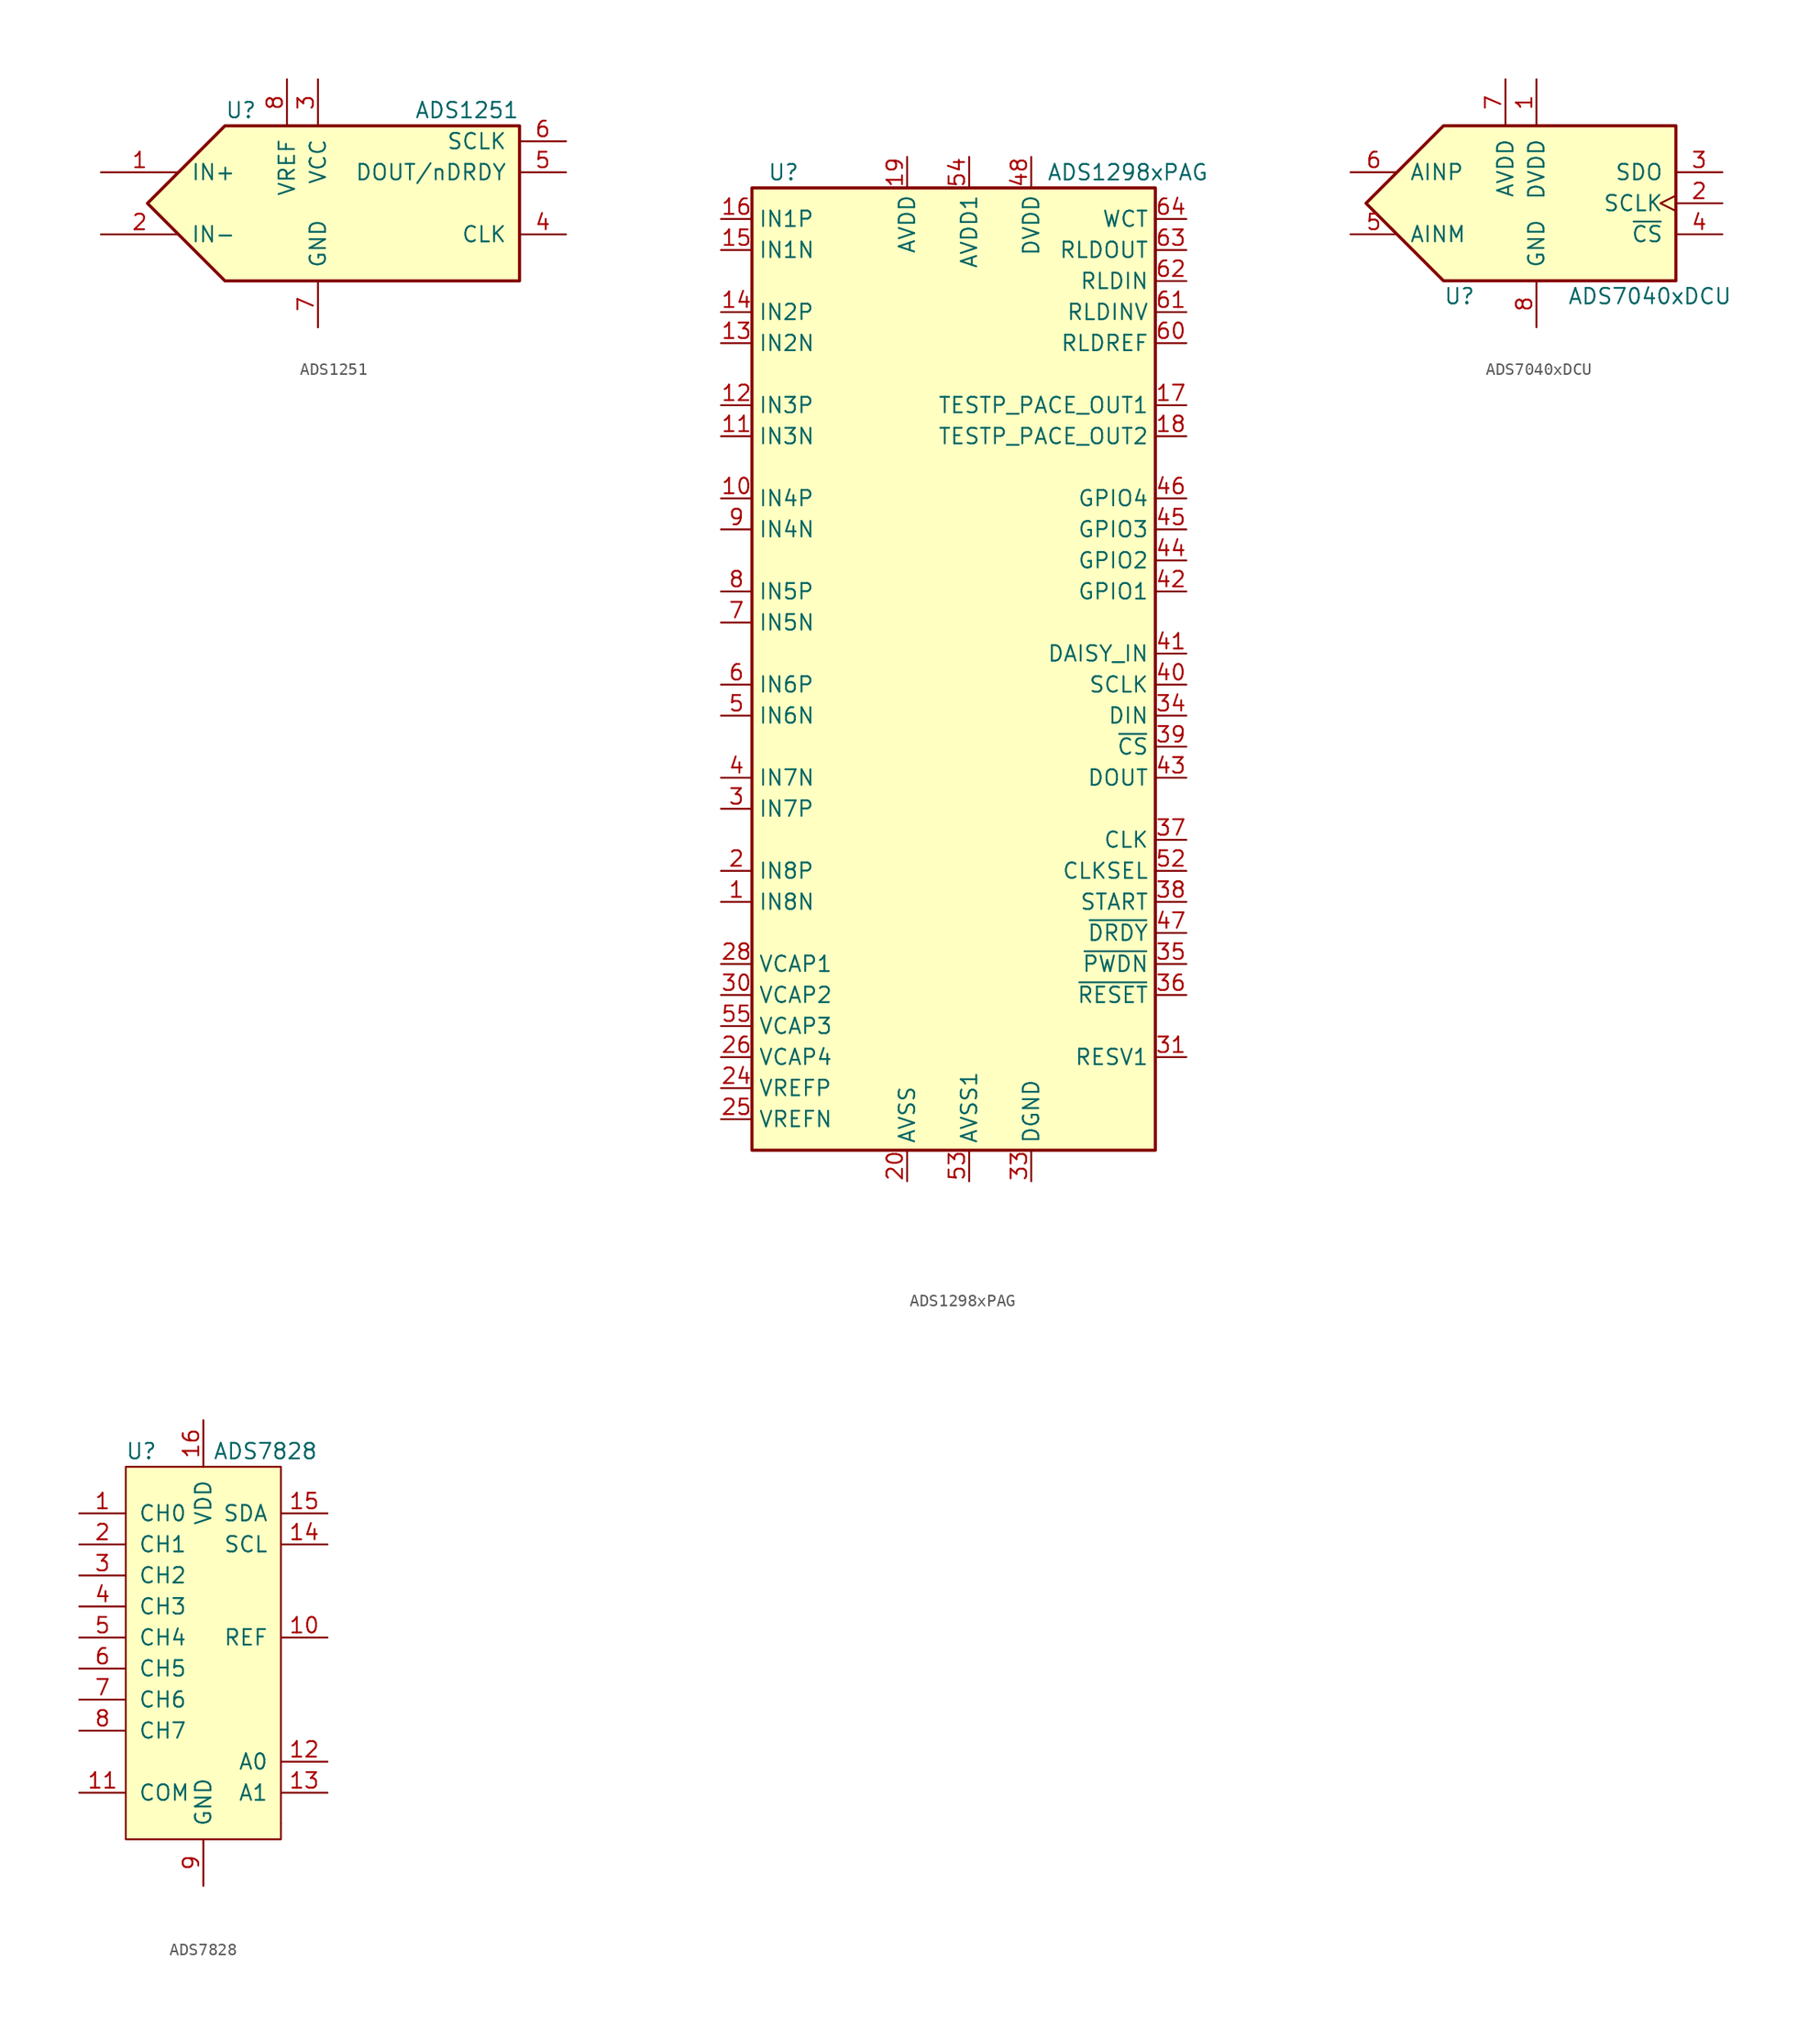
<source format=kicad_sym>
(kicad_symbol_lib
  (version 20201005)
  (generator kicad_symbol_editor)
  (symbol "ADS1251"
    (pin_names
      (offset 1.016))
    (property "Reference" "U"
      (at -10.16 7.62 0)
      (effects (font (size 1.27 1.27)) (justify left)))
    (property "Value" "ADS1251"
      (at 13.97 7.62 0)
      (effects (font (size 1.27 1.27)) (justify right)))
    (symbol "ADS1251_0_1"
      (polyline (pts (xy 13.97 6.35) (xy -10.16 6.35) (xy -16.51 0) (xy -10.16 -6.35) (xy 11.43 -6.35) (xy 13.97 -6.35) (xy 13.97 6.35)) (stroke (width 0.254)) (fill (type background))))
    (symbol "ADS1251_1_1"
      (pin input line (at -20.32 2.54 0) (length 6.35) (name "IN+" (effects (font (size 1.27 1.27)))) (number "1" (effects (font (size 1.27 1.27)))))
      (pin input line (at -20.32 -2.54 0) (length 6.35) (name "IN-" (effects (font (size 1.27 1.27)))) (number "2" (effects (font (size 1.27 1.27)))))
      (pin power_in line (at -2.54 10.16 270) (length 3.81) (name "VCC" (effects (font (size 1.27 1.27)))) (number "3" (effects (font (size 1.27 1.27)))))
      (pin input line (at 17.78 -2.54 180) (length 3.81) (name "CLK" (effects (font (size 1.27 1.27)))) (number "4" (effects (font (size 1.27 1.27)))))
      (pin output line (at 17.78 2.54 180) (length 3.81) (name "DOUT/nDRDY" (effects (font (size 1.27 1.27)))) (number "5" (effects (font (size 1.27 1.27)))))
      (pin input line (at 17.78 5.08 180) (length 3.81) (name "SCLK" (effects (font (size 1.27 1.27)))) (number "6" (effects (font (size 1.27 1.27)))))
      (pin power_in line (at -2.54 -10.16 90) (length 3.81) (name "GND" (effects (font (size 1.27 1.27)))) (number "7" (effects (font (size 1.27 1.27)))))
      (pin input line (at -5.08 10.16 270) (length 3.81) (name "VREF" (effects (font (size 1.27 1.27)))) (number "8" (effects (font (size 1.27 1.27)))))))
  (symbol "ADS1298xPAG"
    (property "Reference" "U"
      (at -16.51 44.45 0)
      (effects (font (size 1.27 1.27)) (justify left)))
    (property "Value" "ADS1298xPAG"
      (at 6.35 44.45 0)
      (effects (font (size 1.27 1.27)) (justify left)))
    (symbol "ADS1298xPAG_0_1"
      (rectangle (start -17.78 43.18) (end 15.24 -35.56) (stroke (width 0.254)) (fill (type background))))
    (symbol "ADS1298xPAG_1_1"
      (pin input line (at -20.32 -15.24 0) (length 2.54) (name "IN8N" (effects (font (size 1.27 1.27)))) (number "1" (effects (font (size 1.27 1.27)))))
      (pin input line (at -20.32 17.78 0) (length 2.54) (name "IN4P" (effects (font (size 1.27 1.27)))) (number "10" (effects (font (size 1.27 1.27)))))
      (pin input line (at -20.32 22.86 0) (length 2.54) (name "IN3N" (effects (font (size 1.27 1.27)))) (number "11" (effects (font (size 1.27 1.27)))))
      (pin input line (at -20.32 25.4 0) (length 2.54) (name "IN3P" (effects (font (size 1.27 1.27)))) (number "12" (effects (font (size 1.27 1.27)))))
      (pin input line (at -20.32 30.48 0) (length 2.54) (name "IN2N" (effects (font (size 1.27 1.27)))) (number "13" (effects (font (size 1.27 1.27)))))
      (pin input line (at -20.32 33.02 0) (length 2.54) (name "IN2P" (effects (font (size 1.27 1.27)))) (number "14" (effects (font (size 1.27 1.27)))))
      (pin input line (at -20.32 38.1 0) (length 2.54) (name "IN1N" (effects (font (size 1.27 1.27)))) (number "15" (effects (font (size 1.27 1.27)))))
      (pin input line (at -20.32 40.64 0) (length 2.54) (name "IN1P" (effects (font (size 1.27 1.27)))) (number "16" (effects (font (size 1.27 1.27)))))
      (pin bidirectional line (at 17.78 25.4 180) (length 2.54) (name "TESTP_PACE_OUT1" (effects (font (size 1.27 1.27)))) (number "17" (effects (font (size 1.27 1.27)))))
      (pin bidirectional line (at 17.78 22.86 180) (length 2.54) (name "TESTP_PACE_OUT2" (effects (font (size 1.27 1.27)))) (number "18" (effects (font (size 1.27 1.27)))))
      (pin power_in line (at -5.08 45.72 270) (length 2.54) (name "AVDD" (effects (font (size 1.27 1.27)))) (number "19" (effects (font (size 1.27 1.27)))))
      (pin input line (at -20.32 -12.7 0) (length 2.54) (name "IN8P" (effects (font (size 1.27 1.27)))) (number "2" (effects (font (size 1.27 1.27)))))
      (pin power_in line (at -5.08 -38.1 90) (length 2.54) (name "AVSS" (effects (font (size 1.27 1.27)))) (number "20" (effects (font (size 1.27 1.27)))))
      (pin passive line (at -5.08 45.72 270) (length 2.54) hide (name "AVDD" (effects (font (size 1.27 1.27)))) (number "21" (effects (font (size 1.27 1.27)))))
      (pin passive line (at -5.08 45.72 270) (length 2.54) hide (name "AVDD" (effects (font (size 1.27 1.27)))) (number "22" (effects (font (size 1.27 1.27)))))
      (pin passive line (at -5.08 -38.1 90) (length 2.54) hide (name "AVSS" (effects (font (size 1.27 1.27)))) (number "23" (effects (font (size 1.27 1.27)))))
      (pin passive line (at -20.32 -30.48 0) (length 2.54) (name "VREFP" (effects (font (size 1.27 1.27)))) (number "24" (effects (font (size 1.27 1.27)))))
      (pin passive line (at -20.32 -33.02 0) (length 2.54) (name "VREFN" (effects (font (size 1.27 1.27)))) (number "25" (effects (font (size 1.27 1.27)))))
      (pin passive line (at -20.32 -27.94 0) (length 2.54) (name "VCAP4" (effects (font (size 1.27 1.27)))) (number "26" (effects (font (size 1.27 1.27)))))
      (pin no_connect line (at 15.24 -30.48 180) (length 2.54) hide (name "NC" (effects (font (size 1.27 1.27)))) (number "27" (effects (font (size 1.27 1.27)))))
      (pin passive line (at -20.32 -20.32 0) (length 2.54) (name "VCAP1" (effects (font (size 1.27 1.27)))) (number "28" (effects (font (size 1.27 1.27)))))
      (pin no_connect line (at 15.24 -33.02 180) (length 2.54) hide (name "NC" (effects (font (size 1.27 1.27)))) (number "29" (effects (font (size 1.27 1.27)))))
      (pin input line (at -20.32 -7.62 0) (length 2.54) (name "IN7P" (effects (font (size 1.27 1.27)))) (number "3" (effects (font (size 1.27 1.27)))))
      (pin passive line (at -20.32 -22.86 0) (length 2.54) (name "VCAP2" (effects (font (size 1.27 1.27)))) (number "30" (effects (font (size 1.27 1.27)))))
      (pin input line (at 17.78 -27.94 180) (length 2.54) (name "RESV1" (effects (font (size 1.27 1.27)))) (number "31" (effects (font (size 1.27 1.27)))))
      (pin passive line (at -5.08 -38.1 90) (length 2.54) hide (name "AVSS" (effects (font (size 1.27 1.27)))) (number "32" (effects (font (size 1.27 1.27)))))
      (pin power_in line (at 5.08 -38.1 90) (length 2.54) (name "DGND" (effects (font (size 1.27 1.27)))) (number "33" (effects (font (size 1.27 1.27)))))
      (pin input line (at 17.78 0 180) (length 2.54) (name "DIN" (effects (font (size 1.27 1.27)))) (number "34" (effects (font (size 1.27 1.27)))))
      (pin input line (at 17.78 -20.32 180) (length 2.54) (name "~PWDN" (effects (font (size 1.27 1.27)))) (number "35" (effects (font (size 1.27 1.27)))))
      (pin input line (at 17.78 -22.86 180) (length 2.54) (name "~RESET" (effects (font (size 1.27 1.27)))) (number "36" (effects (font (size 1.27 1.27)))))
      (pin bidirectional line (at 17.78 -10.16 180) (length 2.54) (name "CLK" (effects (font (size 1.27 1.27)))) (number "37" (effects (font (size 1.27 1.27)))))
      (pin input line (at 17.78 -15.24 180) (length 2.54) (name "START" (effects (font (size 1.27 1.27)))) (number "38" (effects (font (size 1.27 1.27)))))
      (pin input line (at 17.78 -2.54 180) (length 2.54) (name "~CS" (effects (font (size 1.27 1.27)))) (number "39" (effects (font (size 1.27 1.27)))))
      (pin input line (at -20.32 -5.08 0) (length 2.54) (name "IN7N" (effects (font (size 1.27 1.27)))) (number "4" (effects (font (size 1.27 1.27)))))
      (pin input line (at 17.78 2.54 180) (length 2.54) (name "SCLK" (effects (font (size 1.27 1.27)))) (number "40" (effects (font (size 1.27 1.27)))))
      (pin input line (at 17.78 5.08 180) (length 2.54) (name "DAISY_IN" (effects (font (size 1.27 1.27)))) (number "41" (effects (font (size 1.27 1.27)))))
      (pin bidirectional line (at 17.78 10.16 180) (length 2.54) (name "GPIO1" (effects (font (size 1.27 1.27)))) (number "42" (effects (font (size 1.27 1.27)))))
      (pin output line (at 17.78 -5.08 180) (length 2.54) (name "DOUT" (effects (font (size 1.27 1.27)))) (number "43" (effects (font (size 1.27 1.27)))))
      (pin bidirectional line (at 17.78 12.7 180) (length 2.54) (name "GPIO2" (effects (font (size 1.27 1.27)))) (number "44" (effects (font (size 1.27 1.27)))))
      (pin bidirectional line (at 17.78 15.24 180) (length 2.54) (name "GPIO3" (effects (font (size 1.27 1.27)))) (number "45" (effects (font (size 1.27 1.27)))))
      (pin bidirectional line (at 17.78 17.78 180) (length 2.54) (name "GPIO4" (effects (font (size 1.27 1.27)))) (number "46" (effects (font (size 1.27 1.27)))))
      (pin output line (at 17.78 -17.78 180) (length 2.54) (name "~DRDY" (effects (font (size 1.27 1.27)))) (number "47" (effects (font (size 1.27 1.27)))))
      (pin power_in line (at 5.08 45.72 270) (length 2.54) (name "DVDD" (effects (font (size 1.27 1.27)))) (number "48" (effects (font (size 1.27 1.27)))))
      (pin passive line (at 5.08 -38.1 90) (length 2.54) hide (name "DGND" (effects (font (size 1.27 1.27)))) (number "49" (effects (font (size 1.27 1.27)))))
      (pin input line (at -20.32 0 0) (length 2.54) (name "IN6N" (effects (font (size 1.27 1.27)))) (number "5" (effects (font (size 1.27 1.27)))))
      (pin passive line (at 5.08 45.72 270) (length 2.54) hide (name "DVDD" (effects (font (size 1.27 1.27)))) (number "50" (effects (font (size 1.27 1.27)))))
      (pin passive line (at 5.08 -38.1 90) (length 2.54) hide (name "DGND" (effects (font (size 1.27 1.27)))) (number "51" (effects (font (size 1.27 1.27)))))
      (pin input line (at 17.78 -12.7 180) (length 2.54) (name "CLKSEL" (effects (font (size 1.27 1.27)))) (number "52" (effects (font (size 1.27 1.27)))))
      (pin power_in line (at 0 -38.1 90) (length 2.54) (name "AVSS1" (effects (font (size 1.27 1.27)))) (number "53" (effects (font (size 1.27 1.27)))))
      (pin power_in line (at 0 45.72 270) (length 2.54) (name "AVDD1" (effects (font (size 1.27 1.27)))) (number "54" (effects (font (size 1.27 1.27)))))
      (pin passive line (at -20.32 -25.4 0) (length 2.54) (name "VCAP3" (effects (font (size 1.27 1.27)))) (number "55" (effects (font (size 1.27 1.27)))))
      (pin passive line (at -5.08 45.72 270) (length 2.54) hide (name "AVDD" (effects (font (size 1.27 1.27)))) (number "56" (effects (font (size 1.27 1.27)))))
      (pin passive line (at -5.08 -38.1 90) (length 2.54) hide (name "AVSS" (effects (font (size 1.27 1.27)))) (number "57" (effects (font (size 1.27 1.27)))))
      (pin passive line (at -5.08 -38.1 90) (length 2.54) hide (name "AVSS" (effects (font (size 1.27 1.27)))) (number "58" (effects (font (size 1.27 1.27)))))
      (pin passive line (at -5.08 45.72 270) (length 2.54) hide (name "AVDD" (effects (font (size 1.27 1.27)))) (number "59" (effects (font (size 1.27 1.27)))))
      (pin input line (at -20.32 2.54 0) (length 2.54) (name "IN6P" (effects (font (size 1.27 1.27)))) (number "6" (effects (font (size 1.27 1.27)))))
      (pin input line (at 17.78 30.48 180) (length 2.54) (name "RLDREF" (effects (font (size 1.27 1.27)))) (number "60" (effects (font (size 1.27 1.27)))))
      (pin input line (at 17.78 33.02 180) (length 2.54) (name "RLDINV" (effects (font (size 1.27 1.27)))) (number "61" (effects (font (size 1.27 1.27)))))
      (pin input line (at 17.78 35.56 180) (length 2.54) (name "RLDIN" (effects (font (size 1.27 1.27)))) (number "62" (effects (font (size 1.27 1.27)))))
      (pin output line (at 17.78 38.1 180) (length 2.54) (name "RLDOUT" (effects (font (size 1.27 1.27)))) (number "63" (effects (font (size 1.27 1.27)))))
      (pin output line (at 17.78 40.64 180) (length 2.54) (name "WCT" (effects (font (size 1.27 1.27)))) (number "64" (effects (font (size 1.27 1.27)))))
      (pin input line (at -20.32 7.62 0) (length 2.54) (name "IN5N" (effects (font (size 1.27 1.27)))) (number "7" (effects (font (size 1.27 1.27)))))
      (pin input line (at -20.32 10.16 0) (length 2.54) (name "IN5P" (effects (font (size 1.27 1.27)))) (number "8" (effects (font (size 1.27 1.27)))))
      (pin input line (at -20.32 15.24 0) (length 2.54) (name "IN4N" (effects (font (size 1.27 1.27)))) (number "9" (effects (font (size 1.27 1.27)))))))
  (symbol "ADS7040xDCU"
    (pin_names
      (offset 1.016))
    (property "Reference" "U"
      (at -7.62 -7.62 0)
      (effects (font (size 1.27 1.27)) (justify left)))
    (property "Value" "ADS7040xDCU"
      (at 2.54 -7.62 0)
      (effects (font (size 1.27 1.27)) (justify left)))
    (symbol "ADS7040xDCU_0_1"
      (polyline (pts (xy -13.97 0) (xy -7.62 6.35) (xy 11.43 6.35) (xy 11.43 -6.35) (xy -7.62 -6.35) (xy -13.97 0)) (stroke (width 0.254)) (fill (type background))))
    (symbol "ADS7040xDCU_1_1"
      (pin power_in line (at 0 10.16 270) (length 3.81) (name "DVDD" (effects (font (size 1.27 1.27)))) (number "1" (effects (font (size 1.27 1.27)))))
      (pin input clock (at 15.24 0 180) (length 3.81) (name "SCLK" (effects (font (size 1.27 1.27)))) (number "2" (effects (font (size 1.27 1.27)))))
      (pin output line (at 15.24 2.54 180) (length 3.81) (name "SDO" (effects (font (size 1.27 1.27)))) (number "3" (effects (font (size 1.27 1.27)))))
      (pin input line (at 15.24 -2.54 180) (length 3.81) (name "~CS" (effects (font (size 1.27 1.27)))) (number "4" (effects (font (size 1.27 1.27)))))
      (pin input line (at -15.24 -2.54 0) (length 3.81) (name "AINM" (effects (font (size 1.27 1.27)))) (number "5" (effects (font (size 1.27 1.27)))))
      (pin input line (at -15.24 2.54 0) (length 3.81) (name "AINP" (effects (font (size 1.27 1.27)))) (number "6" (effects (font (size 1.27 1.27)))))
      (pin power_in line (at -2.54 10.16 270) (length 3.81) (name "AVDD" (effects (font (size 1.27 1.27)))) (number "7" (effects (font (size 1.27 1.27)))))
      (pin power_in line (at 0 -10.16 90) (length 3.81) (name "GND" (effects (font (size 1.27 1.27)))) (number "8" (effects (font (size 1.27 1.27)))))))
  (symbol "ADS7828"
    (pin_names
      (offset 1.016))
    (property "Reference" "U"
      (at -5.08 15.24 0)
      (effects (font (size 1.27 1.27))))
    (property "Value" "ADS7828"
      (at 5.08 15.24 0)
      (effects (font (size 1.27 1.27))))
    (symbol "ADS7828_0_1"
      (rectangle (start -6.35 13.97) (end 6.35 -16.51) (stroke (width 0)) (fill (type background)))
      (rectangle (start 6.35 -15.24) (end 6.35 -15.24) (stroke (width 0)) (fill (type none))))
    (symbol "ADS7828_1_1"
      (pin input line (at -10.16 10.16 0) (length 3.81) (name "CH0" (effects (font (size 1.27 1.27)))) (number "1" (effects (font (size 1.27 1.27)))))
      (pin bidirectional line (at 10.16 0 180) (length 3.81) (name "REF" (effects (font (size 1.27 1.27)))) (number "10" (effects (font (size 1.27 1.27)))))
      (pin input line (at -10.16 -12.7 0) (length 3.81) (name "COM" (effects (font (size 1.27 1.27)))) (number "11" (effects (font (size 1.27 1.27)))))
      (pin input line (at 10.16 -10.16 180) (length 3.81) (name "A0" (effects (font (size 1.27 1.27)))) (number "12" (effects (font (size 1.27 1.27)))))
      (pin input line (at 10.16 -12.7 180) (length 3.81) (name "A1" (effects (font (size 1.27 1.27)))) (number "13" (effects (font (size 1.27 1.27)))))
      (pin input line (at 10.16 7.62 180) (length 3.81) (name "SCL" (effects (font (size 1.27 1.27)))) (number "14" (effects (font (size 1.27 1.27)))))
      (pin bidirectional line (at 10.16 10.16 180) (length 3.81) (name "SDA" (effects (font (size 1.27 1.27)))) (number "15" (effects (font (size 1.27 1.27)))))
      (pin power_in line (at 0 17.78 270) (length 3.81) (name "VDD" (effects (font (size 1.27 1.27)))) (number "16" (effects (font (size 1.27 1.27)))))
      (pin input line (at -10.16 7.62 0) (length 3.81) (name "CH1" (effects (font (size 1.27 1.27)))) (number "2" (effects (font (size 1.27 1.27)))))
      (pin input line (at -10.16 5.08 0) (length 3.81) (name "CH2" (effects (font (size 1.27 1.27)))) (number "3" (effects (font (size 1.27 1.27)))))
      (pin input line (at -10.16 2.54 0) (length 3.81) (name "CH3" (effects (font (size 1.27 1.27)))) (number "4" (effects (font (size 1.27 1.27)))))
      (pin input line (at -10.16 0 0) (length 3.81) (name "CH4" (effects (font (size 1.27 1.27)))) (number "5" (effects (font (size 1.27 1.27)))))
      (pin input line (at -10.16 -2.54 0) (length 3.81) (name "CH5" (effects (font (size 1.27 1.27)))) (number "6" (effects (font (size 1.27 1.27)))))
      (pin input line (at -10.16 -5.08 0) (length 3.81) (name "CH6" (effects (font (size 1.27 1.27)))) (number "7" (effects (font (size 1.27 1.27)))))
      (pin input line (at -10.16 -7.62 0) (length 3.81) (name "CH7" (effects (font (size 1.27 1.27)))) (number "8" (effects (font (size 1.27 1.27)))))
      (pin power_in line (at 0 -20.32 90) (length 3.81) (name "GND" (effects (font (size 1.27 1.27)))) (number "9" (effects (font (size 1.27 1.27))))))))
</source>
